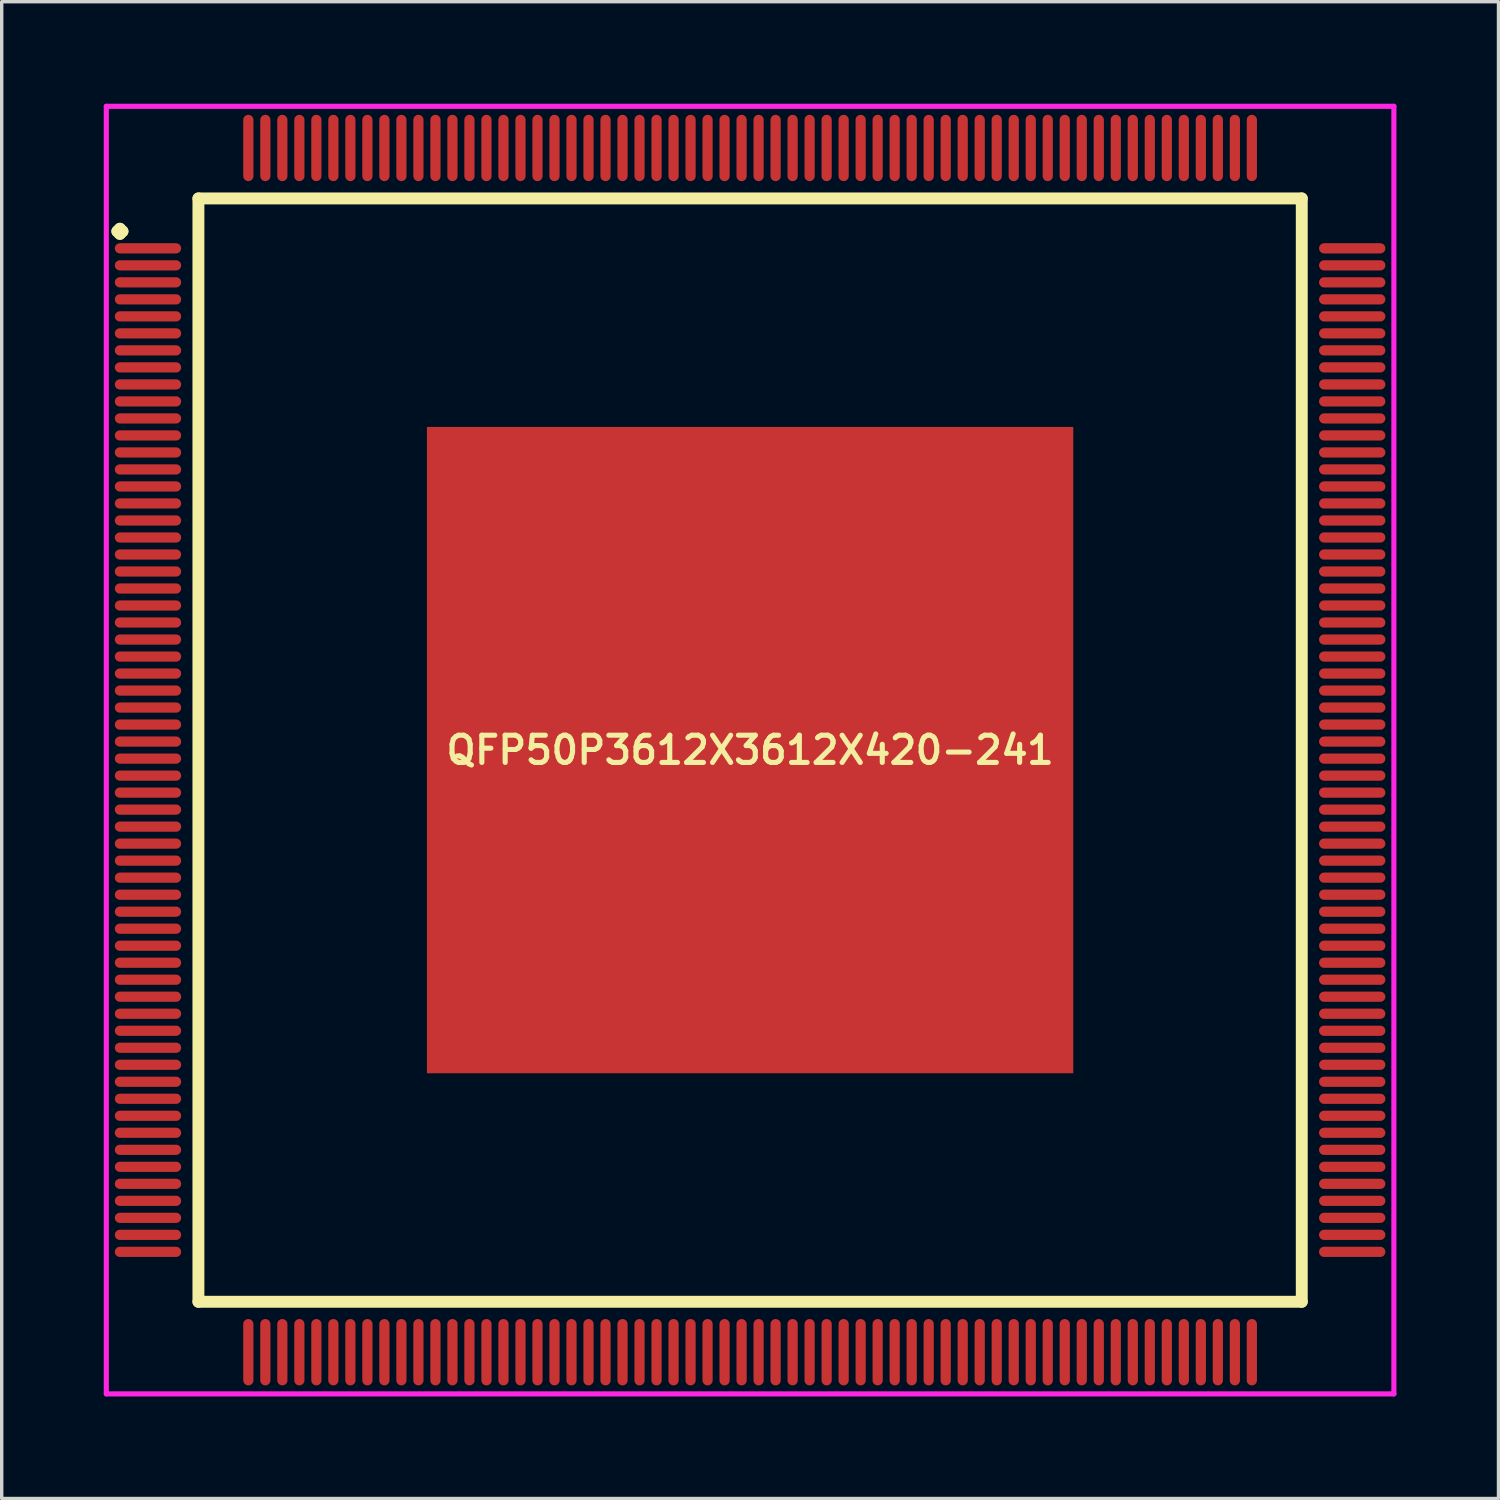
<source format=kicad_pcb>
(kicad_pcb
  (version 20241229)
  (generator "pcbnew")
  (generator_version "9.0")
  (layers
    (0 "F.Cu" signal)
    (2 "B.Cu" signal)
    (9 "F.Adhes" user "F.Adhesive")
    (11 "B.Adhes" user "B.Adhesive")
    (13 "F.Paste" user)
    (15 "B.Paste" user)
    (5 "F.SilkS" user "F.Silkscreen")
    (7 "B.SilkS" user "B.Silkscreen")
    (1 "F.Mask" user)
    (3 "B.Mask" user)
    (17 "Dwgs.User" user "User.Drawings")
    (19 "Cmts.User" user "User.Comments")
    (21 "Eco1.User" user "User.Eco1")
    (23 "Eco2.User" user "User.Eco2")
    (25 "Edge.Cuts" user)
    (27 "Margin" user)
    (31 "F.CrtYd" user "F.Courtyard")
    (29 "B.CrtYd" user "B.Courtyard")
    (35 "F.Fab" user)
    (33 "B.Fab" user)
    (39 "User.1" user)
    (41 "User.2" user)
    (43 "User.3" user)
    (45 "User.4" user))
  (footprint "QFP50P3612X3612X420-241"
    (layer "F.Cu")
    (at 19 19)
    (property "Reference" "QFP50P3612X3612X420-241" (at 0 0 0) (layer "F.SilkS") (effects (font (size 0.8 0.8) (thickness 0.15))))
    (attr through_hole)
    (fp_line (start -18.6 -15.25) (end -18.525 -15.325) (stroke (width 0.35) (type solid)) (layer "F.SilkS"))
    (fp_line (start -18.525 -15.325) (end -18.45 -15.25) (stroke (width 0.35) (type solid)) (layer "F.SilkS"))
    (fp_line (start -18.525 -15.175) (end -18.6 -15.25) (stroke (width 0.35) (type solid)) (layer "F.SilkS"))
    (fp_line (start -18.45 -15.25) (end -18.525 -15.175) (stroke (width 0.35) (type solid)) (layer "F.SilkS"))
    (fp_line (start -16.217 -16.217) (end -16.217 16.217) (stroke (width 0.35) (type solid)) (layer "F.SilkS"))
    (fp_line (start -16.217 16.217) (end 16.217 16.217) (stroke (width 0.35) (type solid)) (layer "F.SilkS"))
    (fp_line (start 16.217 -16.217) (end -16.217 -16.217) (stroke (width 0.35) (type solid)) (layer "F.SilkS"))
    (fp_line (start 16.217 16.217) (end 16.217 -16.217) (stroke (width 0.35) (type solid)) (layer "F.SilkS"))
    (fp_line (start -18.925 -18.925) (end 18.925 -18.925) (stroke (width 0.15) (type solid)) (layer "F.CrtYd"))
    (fp_line (start -18.925 18.925) (end -18.925 -18.925) (stroke (width 0.15) (type solid)) (layer "F.CrtYd"))
    (fp_line (start 18.925 -18.925) (end 18.925 18.925) (stroke (width 0.15) (type solid)) (layer "F.CrtYd"))
    (fp_line (start 18.925 18.925) (end -18.925 18.925) (stroke (width 0.15) (type solid)) (layer "F.CrtYd"))
    (pad "1" smd oval (at -17.7 -14.75) (size 1.95 0.3) (layers "F.Cu" "F.Mask" "F.Paste"))
    (pad "2" smd oval (at -17.7 -14.25) (size 1.95 0.3) (layers "F.Cu" "F.Mask" "F.Paste"))
    (pad "3" smd oval (at -17.7 -13.75) (size 1.95 0.3) (layers "F.Cu" "F.Mask" "F.Paste"))
    (pad "4" smd oval (at -17.7 -13.25) (size 1.95 0.3) (layers "F.Cu" "F.Mask" "F.Paste"))
    (pad "5" smd oval (at -17.7 -12.75) (size 1.95 0.3) (layers "F.Cu" "F.Mask" "F.Paste"))
    (pad "6" smd oval (at -17.7 -12.25) (size 1.95 0.3) (layers "F.Cu" "F.Mask" "F.Paste"))
    (pad "7" smd oval (at -17.7 -11.75) (size 1.95 0.3) (layers "F.Cu" "F.Mask" "F.Paste"))
    (pad "8" smd oval (at -17.7 -11.25) (size 1.95 0.3) (layers "F.Cu" "F.Mask" "F.Paste"))
    (pad "9" smd oval (at -17.7 -10.75) (size 1.95 0.3) (layers "F.Cu" "F.Mask" "F.Paste"))
    (pad "10" smd oval (at -17.7 -10.25) (size 1.95 0.3) (layers "F.Cu" "F.Mask" "F.Paste"))
    (pad "11" smd oval (at -17.7 -9.75) (size 1.95 0.3) (layers "F.Cu" "F.Mask" "F.Paste"))
    (pad "12" smd oval (at -17.7 -9.25) (size 1.95 0.3) (layers "F.Cu" "F.Mask" "F.Paste"))
    (pad "13" smd oval (at -17.7 -8.75) (size 1.95 0.3) (layers "F.Cu" "F.Mask" "F.Paste"))
    (pad "14" smd oval (at -17.7 -8.25) (size 1.95 0.3) (layers "F.Cu" "F.Mask" "F.Paste"))
    (pad "15" smd oval (at -17.7 -7.75) (size 1.95 0.3) (layers "F.Cu" "F.Mask" "F.Paste"))
    (pad "16" smd oval (at -17.7 -7.25) (size 1.95 0.3) (layers "F.Cu" "F.Mask" "F.Paste"))
    (pad "17" smd oval (at -17.7 -6.75) (size 1.95 0.3) (layers "F.Cu" "F.Mask" "F.Paste"))
    (pad "18" smd oval (at -17.7 -6.25) (size 1.95 0.3) (layers "F.Cu" "F.Mask" "F.Paste"))
    (pad "19" smd oval (at -17.7 -5.75) (size 1.95 0.3) (layers "F.Cu" "F.Mask" "F.Paste"))
    (pad "20" smd oval (at -17.7 -5.25) (size 1.95 0.3) (layers "F.Cu" "F.Mask" "F.Paste"))
    (pad "21" smd oval (at -17.7 -4.75) (size 1.95 0.3) (layers "F.Cu" "F.Mask" "F.Paste"))
    (pad "22" smd oval (at -17.7 -4.25) (size 1.95 0.3) (layers "F.Cu" "F.Mask" "F.Paste"))
    (pad "23" smd oval (at -17.7 -3.75) (size 1.95 0.3) (layers "F.Cu" "F.Mask" "F.Paste"))
    (pad "24" smd oval (at -17.7 -3.25) (size 1.95 0.3) (layers "F.Cu" "F.Mask" "F.Paste"))
    (pad "25" smd oval (at -17.7 -2.75) (size 1.95 0.3) (layers "F.Cu" "F.Mask" "F.Paste"))
    (pad "26" smd oval (at -17.7 -2.25) (size 1.95 0.3) (layers "F.Cu" "F.Mask" "F.Paste"))
    (pad "27" smd oval (at -17.7 -1.75) (size 1.95 0.3) (layers "F.Cu" "F.Mask" "F.Paste"))
    (pad "28" smd oval (at -17.7 -1.25) (size 1.95 0.3) (layers "F.Cu" "F.Mask" "F.Paste"))
    (pad "29" smd oval (at -17.7 -0.75) (size 1.95 0.3) (layers "F.Cu" "F.Mask" "F.Paste"))
    (pad "30" smd oval (at -17.7 -0.25) (size 1.95 0.3) (layers "F.Cu" "F.Mask" "F.Paste"))
    (pad "31" smd oval (at -17.7 0.25) (size 1.95 0.3) (layers "F.Cu" "F.Mask" "F.Paste"))
    (pad "32" smd oval (at -17.7 0.75) (size 1.95 0.3) (layers "F.Cu" "F.Mask" "F.Paste"))
    (pad "33" smd oval (at -17.7 1.25) (size 1.95 0.3) (layers "F.Cu" "F.Mask" "F.Paste"))
    (pad "34" smd oval (at -17.7 1.75) (size 1.95 0.3) (layers "F.Cu" "F.Mask" "F.Paste"))
    (pad "35" smd oval (at -17.7 2.25) (size 1.95 0.3) (layers "F.Cu" "F.Mask" "F.Paste"))
    (pad "36" smd oval (at -17.7 2.75) (size 1.95 0.3) (layers "F.Cu" "F.Mask" "F.Paste"))
    (pad "37" smd oval (at -17.7 3.25) (size 1.95 0.3) (layers "F.Cu" "F.Mask" "F.Paste"))
    (pad "38" smd oval (at -17.7 3.75) (size 1.95 0.3) (layers "F.Cu" "F.Mask" "F.Paste"))
    (pad "39" smd oval (at -17.7 4.25) (size 1.95 0.3) (layers "F.Cu" "F.Mask" "F.Paste"))
    (pad "40" smd oval (at -17.7 4.75) (size 1.95 0.3) (layers "F.Cu" "F.Mask" "F.Paste"))
    (pad "41" smd oval (at -17.7 5.25) (size 1.95 0.3) (layers "F.Cu" "F.Mask" "F.Paste"))
    (pad "42" smd oval (at -17.7 5.75) (size 1.95 0.3) (layers "F.Cu" "F.Mask" "F.Paste"))
    (pad "43" smd oval (at -17.7 6.25) (size 1.95 0.3) (layers "F.Cu" "F.Mask" "F.Paste"))
    (pad "44" smd oval (at -17.7 6.75) (size 1.95 0.3) (layers "F.Cu" "F.Mask" "F.Paste"))
    (pad "45" smd oval (at -17.7 7.25) (size 1.95 0.3) (layers "F.Cu" "F.Mask" "F.Paste"))
    (pad "46" smd oval (at -17.7 7.75) (size 1.95 0.3) (layers "F.Cu" "F.Mask" "F.Paste"))
    (pad "47" smd oval (at -17.7 8.25) (size 1.95 0.3) (layers "F.Cu" "F.Mask" "F.Paste"))
    (pad "48" smd oval (at -17.7 8.75) (size 1.95 0.3) (layers "F.Cu" "F.Mask" "F.Paste"))
    (pad "49" smd oval (at -17.7 9.25) (size 1.95 0.3) (layers "F.Cu" "F.Mask" "F.Paste"))
    (pad "50" smd oval (at -17.7 9.75) (size 1.95 0.3) (layers "F.Cu" "F.Mask" "F.Paste"))
    (pad "51" smd oval (at -17.7 10.25) (size 1.95 0.3) (layers "F.Cu" "F.Mask" "F.Paste"))
    (pad "52" smd oval (at -17.7 10.75) (size 1.95 0.3) (layers "F.Cu" "F.Mask" "F.Paste"))
    (pad "53" smd oval (at -17.7 11.25) (size 1.95 0.3) (layers "F.Cu" "F.Mask" "F.Paste"))
    (pad "54" smd oval (at -17.7 11.75) (size 1.95 0.3) (layers "F.Cu" "F.Mask" "F.Paste"))
    (pad "55" smd oval (at -17.7 12.25) (size 1.95 0.3) (layers "F.Cu" "F.Mask" "F.Paste"))
    (pad "56" smd oval (at -17.7 12.75) (size 1.95 0.3) (layers "F.Cu" "F.Mask" "F.Paste"))
    (pad "57" smd oval (at -17.7 13.25) (size 1.95 0.3) (layers "F.Cu" "F.Mask" "F.Paste"))
    (pad "58" smd oval (at -17.7 13.75) (size 1.95 0.3) (layers "F.Cu" "F.Mask" "F.Paste"))
    (pad "59" smd oval (at -17.7 14.25) (size 1.95 0.3) (layers "F.Cu" "F.Mask" "F.Paste"))
    (pad "60" smd oval (at -17.7 14.75) (size 1.95 0.3) (layers "F.Cu" "F.Mask" "F.Paste"))
    (pad "61" smd oval (at -14.75 17.7) (size 0.3 1.95) (layers "F.Cu" "F.Mask" "F.Paste"))
    (pad "62" smd oval (at -14.25 17.7) (size 0.3 1.95) (layers "F.Cu" "F.Mask" "F.Paste"))
    (pad "63" smd oval (at -13.75 17.7) (size 0.3 1.95) (layers "F.Cu" "F.Mask" "F.Paste"))
    (pad "64" smd oval (at -13.25 17.7) (size 0.3 1.95) (layers "F.Cu" "F.Mask" "F.Paste"))
    (pad "65" smd oval (at -12.75 17.7) (size 0.3 1.95) (layers "F.Cu" "F.Mask" "F.Paste"))
    (pad "66" smd oval (at -12.25 17.7) (size 0.3 1.95) (layers "F.Cu" "F.Mask" "F.Paste"))
    (pad "67" smd oval (at -11.75 17.7) (size 0.3 1.95) (layers "F.Cu" "F.Mask" "F.Paste"))
    (pad "68" smd oval (at -11.25 17.7) (size 0.3 1.95) (layers "F.Cu" "F.Mask" "F.Paste"))
    (pad "69" smd oval (at -10.75 17.7) (size 0.3 1.95) (layers "F.Cu" "F.Mask" "F.Paste"))
    (pad "70" smd oval (at -10.25 17.7) (size 0.3 1.95) (layers "F.Cu" "F.Mask" "F.Paste"))
    (pad "71" smd oval (at -9.75 17.7) (size 0.3 1.95) (layers "F.Cu" "F.Mask" "F.Paste"))
    (pad "72" smd oval (at -9.25 17.7) (size 0.3 1.95) (layers "F.Cu" "F.Mask" "F.Paste"))
    (pad "73" smd oval (at -8.75 17.7) (size 0.3 1.95) (layers "F.Cu" "F.Mask" "F.Paste"))
    (pad "74" smd oval (at -8.25 17.7) (size 0.3 1.95) (layers "F.Cu" "F.Mask" "F.Paste"))
    (pad "75" smd oval (at -7.75 17.7) (size 0.3 1.95) (layers "F.Cu" "F.Mask" "F.Paste"))
    (pad "76" smd oval (at -7.25 17.7) (size 0.3 1.95) (layers "F.Cu" "F.Mask" "F.Paste"))
    (pad "77" smd oval (at -6.75 17.7) (size 0.3 1.95) (layers "F.Cu" "F.Mask" "F.Paste"))
    (pad "78" smd oval (at -6.25 17.7) (size 0.3 1.95) (layers "F.Cu" "F.Mask" "F.Paste"))
    (pad "79" smd oval (at -5.75 17.7) (size 0.3 1.95) (layers "F.Cu" "F.Mask" "F.Paste"))
    (pad "80" smd oval (at -5.25 17.7) (size 0.3 1.95) (layers "F.Cu" "F.Mask" "F.Paste"))
    (pad "81" smd oval (at -4.75 17.7) (size 0.3 1.95) (layers "F.Cu" "F.Mask" "F.Paste"))
    (pad "82" smd oval (at -4.25 17.7) (size 0.3 1.95) (layers "F.Cu" "F.Mask" "F.Paste"))
    (pad "83" smd oval (at -3.75 17.7) (size 0.3 1.95) (layers "F.Cu" "F.Mask" "F.Paste"))
    (pad "84" smd oval (at -3.25 17.7) (size 0.3 1.95) (layers "F.Cu" "F.Mask" "F.Paste"))
    (pad "85" smd oval (at -2.75 17.7) (size 0.3 1.95) (layers "F.Cu" "F.Mask" "F.Paste"))
    (pad "86" smd oval (at -2.25 17.7) (size 0.3 1.95) (layers "F.Cu" "F.Mask" "F.Paste"))
    (pad "87" smd oval (at -1.75 17.7) (size 0.3 1.95) (layers "F.Cu" "F.Mask" "F.Paste"))
    (pad "88" smd oval (at -1.25 17.7) (size 0.3 1.95) (layers "F.Cu" "F.Mask" "F.Paste"))
    (pad "89" smd oval (at -0.75 17.7) (size 0.3 1.95) (layers "F.Cu" "F.Mask" "F.Paste"))
    (pad "90" smd oval (at -0.25 17.7) (size 0.3 1.95) (layers "F.Cu" "F.Mask" "F.Paste"))
    (pad "91" smd oval (at 0.25 17.7) (size 0.3 1.95) (layers "F.Cu" "F.Mask" "F.Paste"))
    (pad "92" smd oval (at 0.75 17.7) (size 0.3 1.95) (layers "F.Cu" "F.Mask" "F.Paste"))
    (pad "93" smd oval (at 1.25 17.7) (size 0.3 1.95) (layers "F.Cu" "F.Mask" "F.Paste"))
    (pad "94" smd oval (at 1.75 17.7) (size 0.3 1.95) (layers "F.Cu" "F.Mask" "F.Paste"))
    (pad "95" smd oval (at 2.25 17.7) (size 0.3 1.95) (layers "F.Cu" "F.Mask" "F.Paste"))
    (pad "96" smd oval (at 2.75 17.7) (size 0.3 1.95) (layers "F.Cu" "F.Mask" "F.Paste"))
    (pad "97" smd oval (at 3.25 17.7) (size 0.3 1.95) (layers "F.Cu" "F.Mask" "F.Paste"))
    (pad "98" smd oval (at 3.75 17.7) (size 0.3 1.95) (layers "F.Cu" "F.Mask" "F.Paste"))
    (pad "99" smd oval (at 4.25 17.7) (size 0.3 1.95) (layers "F.Cu" "F.Mask" "F.Paste"))
    (pad "100" smd oval (at 4.75 17.7) (size 0.3 1.95) (layers "F.Cu" "F.Mask" "F.Paste"))
    (pad "101" smd oval (at 5.25 17.7) (size 0.3 1.95) (layers "F.Cu" "F.Mask" "F.Paste"))
    (pad "102" smd oval (at 5.75 17.7) (size 0.3 1.95) (layers "F.Cu" "F.Mask" "F.Paste"))
    (pad "103" smd oval (at 6.25 17.7) (size 0.3 1.95) (layers "F.Cu" "F.Mask" "F.Paste"))
    (pad "104" smd oval (at 6.75 17.7) (size 0.3 1.95) (layers "F.Cu" "F.Mask" "F.Paste"))
    (pad "105" smd oval (at 7.25 17.7) (size 0.3 1.95) (layers "F.Cu" "F.Mask" "F.Paste"))
    (pad "106" smd oval (at 7.75 17.7) (size 0.3 1.95) (layers "F.Cu" "F.Mask" "F.Paste"))
    (pad "107" smd oval (at 8.25 17.7) (size 0.3 1.95) (layers "F.Cu" "F.Mask" "F.Paste"))
    (pad "108" smd oval (at 8.75 17.7) (size 0.3 1.95) (layers "F.Cu" "F.Mask" "F.Paste"))
    (pad "109" smd oval (at 9.25 17.7) (size 0.3 1.95) (layers "F.Cu" "F.Mask" "F.Paste"))
    (pad "110" smd oval (at 9.75 17.7) (size 0.3 1.95) (layers "F.Cu" "F.Mask" "F.Paste"))
    (pad "111" smd oval (at 10.25 17.7) (size 0.3 1.95) (layers "F.Cu" "F.Mask" "F.Paste"))
    (pad "112" smd oval (at 10.75 17.7) (size 0.3 1.95) (layers "F.Cu" "F.Mask" "F.Paste"))
    (pad "113" smd oval (at 11.25 17.7) (size 0.3 1.95) (layers "F.Cu" "F.Mask" "F.Paste"))
    (pad "114" smd oval (at 11.75 17.7) (size 0.3 1.95) (layers "F.Cu" "F.Mask" "F.Paste"))
    (pad "115" smd oval (at 12.25 17.7) (size 0.3 1.95) (layers "F.Cu" "F.Mask" "F.Paste"))
    (pad "116" smd oval (at 12.75 17.7) (size 0.3 1.95) (layers "F.Cu" "F.Mask" "F.Paste"))
    (pad "117" smd oval (at 13.25 17.7) (size 0.3 1.95) (layers "F.Cu" "F.Mask" "F.Paste"))
    (pad "118" smd oval (at 13.75 17.7) (size 0.3 1.95) (layers "F.Cu" "F.Mask" "F.Paste"))
    (pad "119" smd oval (at 14.25 17.7) (size 0.3 1.95) (layers "F.Cu" "F.Mask" "F.Paste"))
    (pad "120" smd oval (at 14.75 17.7) (size 0.3 1.95) (layers "F.Cu" "F.Mask" "F.Paste"))
    (pad "121" smd oval (at 17.7 14.75) (size 1.95 0.3) (layers "F.Cu" "F.Mask" "F.Paste"))
    (pad "122" smd oval (at 17.7 14.25) (size 1.95 0.3) (layers "F.Cu" "F.Mask" "F.Paste"))
    (pad "123" smd oval (at 17.7 13.75) (size 1.95 0.3) (layers "F.Cu" "F.Mask" "F.Paste"))
    (pad "124" smd oval (at 17.7 13.25) (size 1.95 0.3) (layers "F.Cu" "F.Mask" "F.Paste"))
    (pad "125" smd oval (at 17.7 12.75) (size 1.95 0.3) (layers "F.Cu" "F.Mask" "F.Paste"))
    (pad "126" smd oval (at 17.7 12.25) (size 1.95 0.3) (layers "F.Cu" "F.Mask" "F.Paste"))
    (pad "127" smd oval (at 17.7 11.75) (size 1.95 0.3) (layers "F.Cu" "F.Mask" "F.Paste"))
    (pad "128" smd oval (at 17.7 11.25) (size 1.95 0.3) (layers "F.Cu" "F.Mask" "F.Paste"))
    (pad "129" smd oval (at 17.7 10.75) (size 1.95 0.3) (layers "F.Cu" "F.Mask" "F.Paste"))
    (pad "130" smd oval (at 17.7 10.25) (size 1.95 0.3) (layers "F.Cu" "F.Mask" "F.Paste"))
    (pad "131" smd oval (at 17.7 9.75) (size 1.95 0.3) (layers "F.Cu" "F.Mask" "F.Paste"))
    (pad "132" smd oval (at 17.7 9.25) (size 1.95 0.3) (layers "F.Cu" "F.Mask" "F.Paste"))
    (pad "133" smd oval (at 17.7 8.75) (size 1.95 0.3) (layers "F.Cu" "F.Mask" "F.Paste"))
    (pad "134" smd oval (at 17.7 8.25) (size 1.95 0.3) (layers "F.Cu" "F.Mask" "F.Paste"))
    (pad "135" smd oval (at 17.7 7.75) (size 1.95 0.3) (layers "F.Cu" "F.Mask" "F.Paste"))
    (pad "136" smd oval (at 17.7 7.25) (size 1.95 0.3) (layers "F.Cu" "F.Mask" "F.Paste"))
    (pad "137" smd oval (at 17.7 6.75) (size 1.95 0.3) (layers "F.Cu" "F.Mask" "F.Paste"))
    (pad "138" smd oval (at 17.7 6.25) (size 1.95 0.3) (layers "F.Cu" "F.Mask" "F.Paste"))
    (pad "139" smd oval (at 17.7 5.75) (size 1.95 0.3) (layers "F.Cu" "F.Mask" "F.Paste"))
    (pad "140" smd oval (at 17.7 5.25) (size 1.95 0.3) (layers "F.Cu" "F.Mask" "F.Paste"))
    (pad "141" smd oval (at 17.7 4.75) (size 1.95 0.3) (layers "F.Cu" "F.Mask" "F.Paste"))
    (pad "142" smd oval (at 17.7 4.25) (size 1.95 0.3) (layers "F.Cu" "F.Mask" "F.Paste"))
    (pad "143" smd oval (at 17.7 3.75) (size 1.95 0.3) (layers "F.Cu" "F.Mask" "F.Paste"))
    (pad "144" smd oval (at 17.7 3.25) (size 1.95 0.3) (layers "F.Cu" "F.Mask" "F.Paste"))
    (pad "145" smd oval (at 17.7 2.75) (size 1.95 0.3) (layers "F.Cu" "F.Mask" "F.Paste"))
    (pad "146" smd oval (at 17.7 2.25) (size 1.95 0.3) (layers "F.Cu" "F.Mask" "F.Paste"))
    (pad "147" smd oval (at 17.7 1.75) (size 1.95 0.3) (layers "F.Cu" "F.Mask" "F.Paste"))
    (pad "148" smd oval (at 17.7 1.25) (size 1.95 0.3) (layers "F.Cu" "F.Mask" "F.Paste"))
    (pad "149" smd oval (at 17.7 0.75) (size 1.95 0.3) (layers "F.Cu" "F.Mask" "F.Paste"))
    (pad "150" smd oval (at 17.7 0.25) (size 1.95 0.3) (layers "F.Cu" "F.Mask" "F.Paste"))
    (pad "151" smd oval (at 17.7 -0.25) (size 1.95 0.3) (layers "F.Cu" "F.Mask" "F.Paste"))
    (pad "152" smd oval (at 17.7 -0.75) (size 1.95 0.3) (layers "F.Cu" "F.Mask" "F.Paste"))
    (pad "153" smd oval (at 17.7 -1.25) (size 1.95 0.3) (layers "F.Cu" "F.Mask" "F.Paste"))
    (pad "154" smd oval (at 17.7 -1.75) (size 1.95 0.3) (layers "F.Cu" "F.Mask" "F.Paste"))
    (pad "155" smd oval (at 17.7 -2.25) (size 1.95 0.3) (layers "F.Cu" "F.Mask" "F.Paste"))
    (pad "156" smd oval (at 17.7 -2.75) (size 1.95 0.3) (layers "F.Cu" "F.Mask" "F.Paste"))
    (pad "157" smd oval (at 17.7 -3.25) (size 1.95 0.3) (layers "F.Cu" "F.Mask" "F.Paste"))
    (pad "158" smd oval (at 17.7 -3.75) (size 1.95 0.3) (layers "F.Cu" "F.Mask" "F.Paste"))
    (pad "159" smd oval (at 17.7 -4.25) (size 1.95 0.3) (layers "F.Cu" "F.Mask" "F.Paste"))
    (pad "160" smd oval (at 17.7 -4.75) (size 1.95 0.3) (layers "F.Cu" "F.Mask" "F.Paste"))
    (pad "161" smd oval (at 17.7 -5.25) (size 1.95 0.3) (layers "F.Cu" "F.Mask" "F.Paste"))
    (pad "162" smd oval (at 17.7 -5.75) (size 1.95 0.3) (layers "F.Cu" "F.Mask" "F.Paste"))
    (pad "163" smd oval (at 17.7 -6.25) (size 1.95 0.3) (layers "F.Cu" "F.Mask" "F.Paste"))
    (pad "164" smd oval (at 17.7 -6.75) (size 1.95 0.3) (layers "F.Cu" "F.Mask" "F.Paste"))
    (pad "165" smd oval (at 17.7 -7.25) (size 1.95 0.3) (layers "F.Cu" "F.Mask" "F.Paste"))
    (pad "166" smd oval (at 17.7 -7.75) (size 1.95 0.3) (layers "F.Cu" "F.Mask" "F.Paste"))
    (pad "167" smd oval (at 17.7 -8.25) (size 1.95 0.3) (layers "F.Cu" "F.Mask" "F.Paste"))
    (pad "168" smd oval (at 17.7 -8.75) (size 1.95 0.3) (layers "F.Cu" "F.Mask" "F.Paste"))
    (pad "169" smd oval (at 17.7 -9.25) (size 1.95 0.3) (layers "F.Cu" "F.Mask" "F.Paste"))
    (pad "170" smd oval (at 17.7 -9.75) (size 1.95 0.3) (layers "F.Cu" "F.Mask" "F.Paste"))
    (pad "171" smd oval (at 17.7 -10.25) (size 1.95 0.3) (layers "F.Cu" "F.Mask" "F.Paste"))
    (pad "172" smd oval (at 17.7 -10.75) (size 1.95 0.3) (layers "F.Cu" "F.Mask" "F.Paste"))
    (pad "173" smd oval (at 17.7 -11.25) (size 1.95 0.3) (layers "F.Cu" "F.Mask" "F.Paste"))
    (pad "174" smd oval (at 17.7 -11.75) (size 1.95 0.3) (layers "F.Cu" "F.Mask" "F.Paste"))
    (pad "175" smd oval (at 17.7 -12.25) (size 1.95 0.3) (layers "F.Cu" "F.Mask" "F.Paste"))
    (pad "176" smd oval (at 17.7 -12.75) (size 1.95 0.3) (layers "F.Cu" "F.Mask" "F.Paste"))
    (pad "177" smd oval (at 17.7 -13.25) (size 1.95 0.3) (layers "F.Cu" "F.Mask" "F.Paste"))
    (pad "178" smd oval (at 17.7 -13.75) (size 1.95 0.3) (layers "F.Cu" "F.Mask" "F.Paste"))
    (pad "179" smd oval (at 17.7 -14.25) (size 1.95 0.3) (layers "F.Cu" "F.Mask" "F.Paste"))
    (pad "180" smd oval (at 17.7 -14.75) (size 1.95 0.3) (layers "F.Cu" "F.Mask" "F.Paste"))
    (pad "181" smd oval (at 14.75 -17.7) (size 0.3 1.95) (layers "F.Cu" "F.Mask" "F.Paste"))
    (pad "182" smd oval (at 14.25 -17.7) (size 0.3 1.95) (layers "F.Cu" "F.Mask" "F.Paste"))
    (pad "183" smd oval (at 13.75 -17.7) (size 0.3 1.95) (layers "F.Cu" "F.Mask" "F.Paste"))
    (pad "184" smd oval (at 13.25 -17.7) (size 0.3 1.95) (layers "F.Cu" "F.Mask" "F.Paste"))
    (pad "185" smd oval (at 12.75 -17.7) (size 0.3 1.95) (layers "F.Cu" "F.Mask" "F.Paste"))
    (pad "186" smd oval (at 12.25 -17.7) (size 0.3 1.95) (layers "F.Cu" "F.Mask" "F.Paste"))
    (pad "187" smd oval (at 11.75 -17.7) (size 0.3 1.95) (layers "F.Cu" "F.Mask" "F.Paste"))
    (pad "188" smd oval (at 11.25 -17.7) (size 0.3 1.95) (layers "F.Cu" "F.Mask" "F.Paste"))
    (pad "189" smd oval (at 10.75 -17.7) (size 0.3 1.95) (layers "F.Cu" "F.Mask" "F.Paste"))
    (pad "190" smd oval (at 10.25 -17.7) (size 0.3 1.95) (layers "F.Cu" "F.Mask" "F.Paste"))
    (pad "191" smd oval (at 9.75 -17.7) (size 0.3 1.95) (layers "F.Cu" "F.Mask" "F.Paste"))
    (pad "192" smd oval (at 9.25 -17.7) (size 0.3 1.95) (layers "F.Cu" "F.Mask" "F.Paste"))
    (pad "193" smd oval (at 8.75 -17.7) (size 0.3 1.95) (layers "F.Cu" "F.Mask" "F.Paste"))
    (pad "194" smd oval (at 8.25 -17.7) (size 0.3 1.95) (layers "F.Cu" "F.Mask" "F.Paste"))
    (pad "195" smd oval (at 7.75 -17.7) (size 0.3 1.95) (layers "F.Cu" "F.Mask" "F.Paste"))
    (pad "196" smd oval (at 7.25 -17.7) (size 0.3 1.95) (layers "F.Cu" "F.Mask" "F.Paste"))
    (pad "197" smd oval (at 6.75 -17.7) (size 0.3 1.95) (layers "F.Cu" "F.Mask" "F.Paste"))
    (pad "198" smd oval (at 6.25 -17.7) (size 0.3 1.95) (layers "F.Cu" "F.Mask" "F.Paste"))
    (pad "199" smd oval (at 5.75 -17.7) (size 0.3 1.95) (layers "F.Cu" "F.Mask" "F.Paste"))
    (pad "200" smd oval (at 5.25 -17.7) (size 0.3 1.95) (layers "F.Cu" "F.Mask" "F.Paste"))
    (pad "201" smd oval (at 4.75 -17.7) (size 0.3 1.95) (layers "F.Cu" "F.Mask" "F.Paste"))
    (pad "202" smd oval (at 4.25 -17.7) (size 0.3 1.95) (layers "F.Cu" "F.Mask" "F.Paste"))
    (pad "203" smd oval (at 3.75 -17.7) (size 0.3 1.95) (layers "F.Cu" "F.Mask" "F.Paste"))
    (pad "204" smd oval (at 3.25 -17.7) (size 0.3 1.95) (layers "F.Cu" "F.Mask" "F.Paste"))
    (pad "205" smd oval (at 2.75 -17.7) (size 0.3 1.95) (layers "F.Cu" "F.Mask" "F.Paste"))
    (pad "206" smd oval (at 2.25 -17.7) (size 0.3 1.95) (layers "F.Cu" "F.Mask" "F.Paste"))
    (pad "207" smd oval (at 1.75 -17.7) (size 0.3 1.95) (layers "F.Cu" "F.Mask" "F.Paste"))
    (pad "208" smd oval (at 1.25 -17.7) (size 0.3 1.95) (layers "F.Cu" "F.Mask" "F.Paste"))
    (pad "209" smd oval (at 0.75 -17.7) (size 0.3 1.95) (layers "F.Cu" "F.Mask" "F.Paste"))
    (pad "210" smd oval (at 0.25 -17.7) (size 0.3 1.95) (layers "F.Cu" "F.Mask" "F.Paste"))
    (pad "211" smd oval (at -0.25 -17.7) (size 0.3 1.95) (layers "F.Cu" "F.Mask" "F.Paste"))
    (pad "212" smd oval (at -0.75 -17.7) (size 0.3 1.95) (layers "F.Cu" "F.Mask" "F.Paste"))
    (pad "213" smd oval (at -1.25 -17.7) (size 0.3 1.95) (layers "F.Cu" "F.Mask" "F.Paste"))
    (pad "214" smd oval (at -1.75 -17.7) (size 0.3 1.95) (layers "F.Cu" "F.Mask" "F.Paste"))
    (pad "215" smd oval (at -2.25 -17.7) (size 0.3 1.95) (layers "F.Cu" "F.Mask" "F.Paste"))
    (pad "216" smd oval (at -2.75 -17.7) (size 0.3 1.95) (layers "F.Cu" "F.Mask" "F.Paste"))
    (pad "217" smd oval (at -3.25 -17.7) (size 0.3 1.95) (layers "F.Cu" "F.Mask" "F.Paste"))
    (pad "218" smd oval (at -3.75 -17.7) (size 0.3 1.95) (layers "F.Cu" "F.Mask" "F.Paste"))
    (pad "219" smd oval (at -4.25 -17.7) (size 0.3 1.95) (layers "F.Cu" "F.Mask" "F.Paste"))
    (pad "220" smd oval (at -4.75 -17.7) (size 0.3 1.95) (layers "F.Cu" "F.Mask" "F.Paste"))
    (pad "221" smd oval (at -5.25 -17.7) (size 0.3 1.95) (layers "F.Cu" "F.Mask" "F.Paste"))
    (pad "222" smd oval (at -5.75 -17.7) (size 0.3 1.95) (layers "F.Cu" "F.Mask" "F.Paste"))
    (pad "223" smd oval (at -6.25 -17.7) (size 0.3 1.95) (layers "F.Cu" "F.Mask" "F.Paste"))
    (pad "224" smd oval (at -6.75 -17.7) (size 0.3 1.95) (layers "F.Cu" "F.Mask" "F.Paste"))
    (pad "225" smd oval (at -7.25 -17.7) (size 0.3 1.95) (layers "F.Cu" "F.Mask" "F.Paste"))
    (pad "226" smd oval (at -7.75 -17.7) (size 0.3 1.95) (layers "F.Cu" "F.Mask" "F.Paste"))
    (pad "227" smd oval (at -8.25 -17.7) (size 0.3 1.95) (layers "F.Cu" "F.Mask" "F.Paste"))
    (pad "228" smd oval (at -8.75 -17.7) (size 0.3 1.95) (layers "F.Cu" "F.Mask" "F.Paste"))
    (pad "229" smd oval (at -9.25 -17.7) (size 0.3 1.95) (layers "F.Cu" "F.Mask" "F.Paste"))
    (pad "230" smd oval (at -9.75 -17.7) (size 0.3 1.95) (layers "F.Cu" "F.Mask" "F.Paste"))
    (pad "231" smd oval (at -10.25 -17.7) (size 0.3 1.95) (layers "F.Cu" "F.Mask" "F.Paste"))
    (pad "232" smd oval (at -10.75 -17.7) (size 0.3 1.95) (layers "F.Cu" "F.Mask" "F.Paste"))
    (pad "233" smd oval (at -11.25 -17.7) (size 0.3 1.95) (layers "F.Cu" "F.Mask" "F.Paste"))
    (pad "234" smd oval (at -11.75 -17.7) (size 0.3 1.95) (layers "F.Cu" "F.Mask" "F.Paste"))
    (pad "235" smd oval (at -12.25 -17.7) (size 0.3 1.95) (layers "F.Cu" "F.Mask" "F.Paste"))
    (pad "236" smd oval (at -12.75 -17.7) (size 0.3 1.95) (layers "F.Cu" "F.Mask" "F.Paste"))
    (pad "237" smd oval (at -13.25 -17.7) (size 0.3 1.95) (layers "F.Cu" "F.Mask" "F.Paste"))
    (pad "238" smd oval (at -13.75 -17.7) (size 0.3 1.95) (layers "F.Cu" "F.Mask" "F.Paste"))
    (pad "239" smd oval (at -14.25 -17.7) (size 0.3 1.95) (layers "F.Cu" "F.Mask" "F.Paste"))
    (pad "240" smd oval (at -14.75 -17.7) (size 0.3 1.95) (layers "F.Cu" "F.Mask" "F.Paste"))
    (pad "241" smd rect (at 0 0) (size 19 19) (layers "F.Cu" "F.Mask" "F.Paste")))
  (gr_rect
    (start -3 -3)
    (end 41 41)
    (stroke (width 0.1) (type default))
    (fill no)
    (layer "Edge.Cuts")))
</source>
